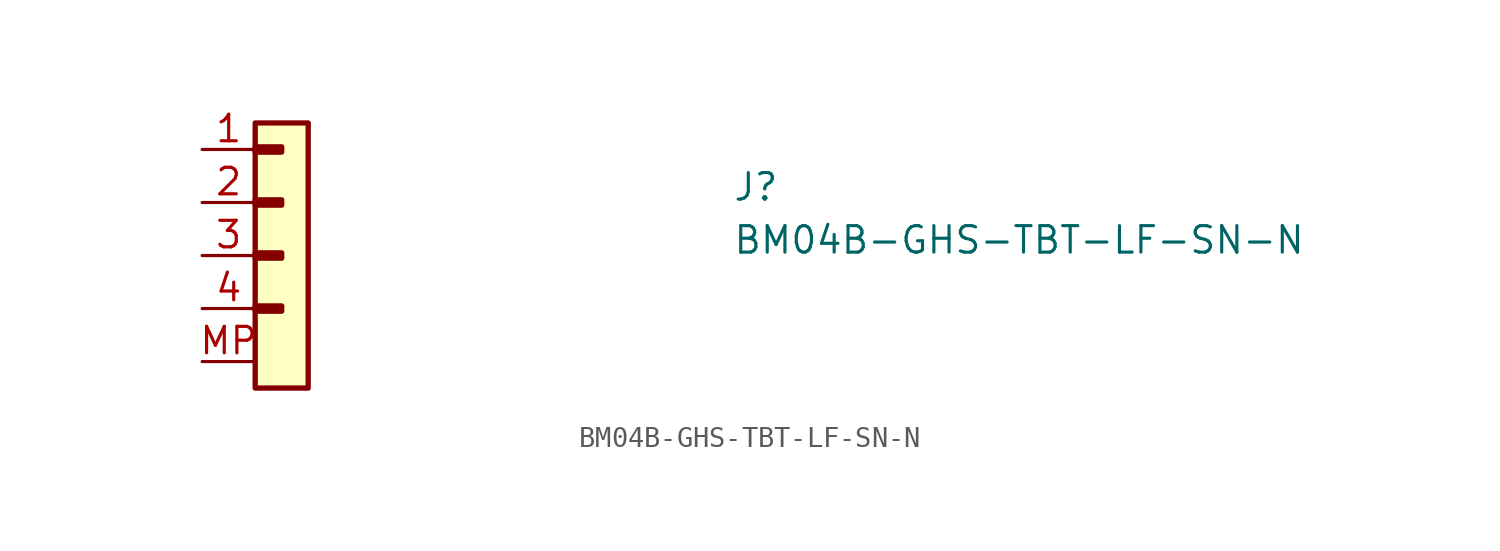
<source format=kicad_sym>
(kicad_symbol_lib
  (version 20211014)
  (generator kicad_symbol_editor)
  (symbol "BM04B-GHS-TBT-LF-SN-N"
    (pin_names hide)
    (property "Reference" "J"
      (at 25.4 -2.54 0)
      (effects (font (size 1.27 1.27) (thickness 0.15)) (justify left bottom)))
    (property "Value" "BM04B-GHS-TBT-LF-SN-N"
      (at 25.4 -5.08 0)
      (effects (font (size 1.27 1.27) (thickness 0.15)) (justify left bottom)))
    (symbol "BM04B-GHS-TBT-LF-SN-N_1_1"
      (rectangle (start 2.54 -7.493) (end 3.81 -7.747) (stroke (width 0.254) (type default) (color 0 0 0 0)) (fill (type background)))
      (rectangle (start 2.54 -4.953) (end 3.81 -5.207) (stroke (width 0.254) (type default) (color 0 0 0 0)) (fill (type background)))
      (rectangle (start 2.54 -2.413) (end 3.81 -2.667) (stroke (width 0.254) (type default) (color 0 0 0 0)) (fill (type background)))
      (rectangle (start 2.54 0.127) (end 3.81 -0.127) (stroke (width 0.254) (type default) (color 0 0 0 0)) (fill (type background)))
      (rectangle (start 2.54 1.27) (end 5.08 -11.43) (stroke (width 0.254) (type default) (color 0 0 0 0)) (fill (type background)))
      (pin passive line (at 0 0 0) (length 2.54) (name "Pin_1" (effects (font (size 1.27 1.27)))) (number "1" (effects (font (size 1.27 1.27)))))
      (pin passive line (at 0 -2.54 0) (length 2.54) (name "Pin_2" (effects (font (size 1.27 1.27)))) (number "2" (effects (font (size 1.27 1.27)))))
      (pin passive line (at 0 -5.08 0) (length 2.54) (name "Pin_3" (effects (font (size 1.27 1.27)))) (number "3" (effects (font (size 1.27 1.27)))))
      (pin passive line (at 0 -7.62 0) (length 2.54) (name "Pin_4" (effects (font (size 1.27 1.27)))) (number "4" (effects (font (size 1.27 1.27)))))
      (pin passive line (at 0 -10.16 0) (length 2.54) (name "MP" (effects (font (size 1.27 1.27)))) (number "MP" (effects (font (size 1.27 1.27))))))))
</source>
